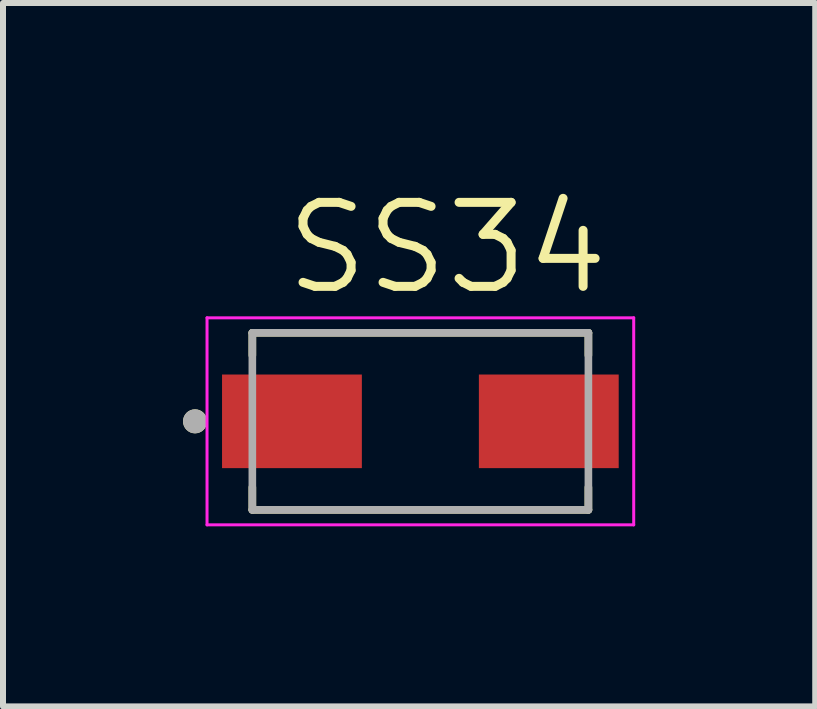
<source format=kicad_pcb>
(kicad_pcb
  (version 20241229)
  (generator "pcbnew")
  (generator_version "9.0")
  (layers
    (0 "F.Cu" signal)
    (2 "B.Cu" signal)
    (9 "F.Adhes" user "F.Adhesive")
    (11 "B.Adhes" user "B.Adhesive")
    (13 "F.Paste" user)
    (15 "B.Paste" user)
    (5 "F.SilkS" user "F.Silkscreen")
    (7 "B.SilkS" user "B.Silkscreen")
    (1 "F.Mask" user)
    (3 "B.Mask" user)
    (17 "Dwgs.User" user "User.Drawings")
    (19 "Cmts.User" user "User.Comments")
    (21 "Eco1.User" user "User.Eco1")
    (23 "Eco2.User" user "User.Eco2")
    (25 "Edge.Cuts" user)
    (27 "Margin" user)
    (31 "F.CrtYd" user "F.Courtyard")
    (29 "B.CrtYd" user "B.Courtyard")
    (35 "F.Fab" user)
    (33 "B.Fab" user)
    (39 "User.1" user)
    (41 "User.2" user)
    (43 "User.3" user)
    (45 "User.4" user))
  (footprint "SS34"
    (layer "F.Cu")
    (at 3.955 3.971)
    (property "Reference" "SS34" (at 0.445 -2.889 0) (layer "F.SilkS") (effects (font (size 1.4 1.4) (thickness 0.15))))
    (attr through_hole)
    (fp_line (start -2.8 -1.475) (end 2.8 -1.475) (stroke (width 0.127) (type solid)) (layer "F.SilkS"))
    (fp_line (start -2.8 -1.1) (end -2.8 -1.475) (stroke (width 0.127) (type solid)) (layer "F.SilkS"))
    (fp_line (start -2.8 1.475) (end -2.8 1.1) (stroke (width 0.127) (type solid)) (layer "F.SilkS"))
    (fp_line (start 2.8 -1.475) (end 2.8 -1.1) (stroke (width 0.127) (type solid)) (layer "F.SilkS"))
    (fp_line (start 2.8 1.1) (end 2.8 1.475) (stroke (width 0.127) (type solid)) (layer "F.SilkS"))
    (fp_line (start 2.8 1.475) (end -2.8 1.475) (stroke (width 0.127) (type solid)) (layer "F.SilkS"))
    (fp_circle (center -3.755 0) (end -3.655 0) (stroke (width 0.2) (type solid)) (fill no) (layer "F.SilkS"))
    (fp_line (start -3.555 -1.725) (end 3.555 -1.725) (stroke (width 0.05) (type solid)) (layer "F.CrtYd"))
    (fp_line (start -3.555 1.725) (end -3.555 -1.725) (stroke (width 0.05) (type solid)) (layer "F.CrtYd"))
    (fp_line (start 3.555 -1.725) (end 3.555 1.725) (stroke (width 0.05) (type solid)) (layer "F.CrtYd"))
    (fp_line (start 3.555 1.725) (end -3.555 1.725) (stroke (width 0.05) (type solid)) (layer "F.CrtYd"))
    (fp_line (start -2.8 -1.475) (end 2.8 -1.475) (stroke (width 0.127) (type solid)) (layer "F.Fab"))
    (fp_line (start -2.8 1.475) (end -2.8 -1.475) (stroke (width 0.127) (type solid)) (layer "F.Fab"))
    (fp_line (start 2.8 -1.475) (end 2.8 1.475) (stroke (width 0.127) (type solid)) (layer "F.Fab"))
    (fp_line (start 2.8 1.475) (end -2.8 1.475) (stroke (width 0.127) (type solid)) (layer "F.Fab"))
    (fp_circle (center -3.755 0) (end -3.655 0) (stroke (width 0.2) (type solid)) (fill no) (layer "F.Fab"))
    (pad "A" smd rect (at 2.14 0) (size 2.33 1.56) (layers "F.Cu" "F.Mask" "F.Paste"))
    (pad "C" smd rect (at -2.14 0) (size 2.33 1.56) (layers "F.Cu" "F.Mask" "F.Paste")))
  (gr_rect
    (start -3 -3)
    (end 10.535 8.721)
    (stroke (width 0.1) (type default))
    (fill no)
    (layer "Edge.Cuts")))
</source>
